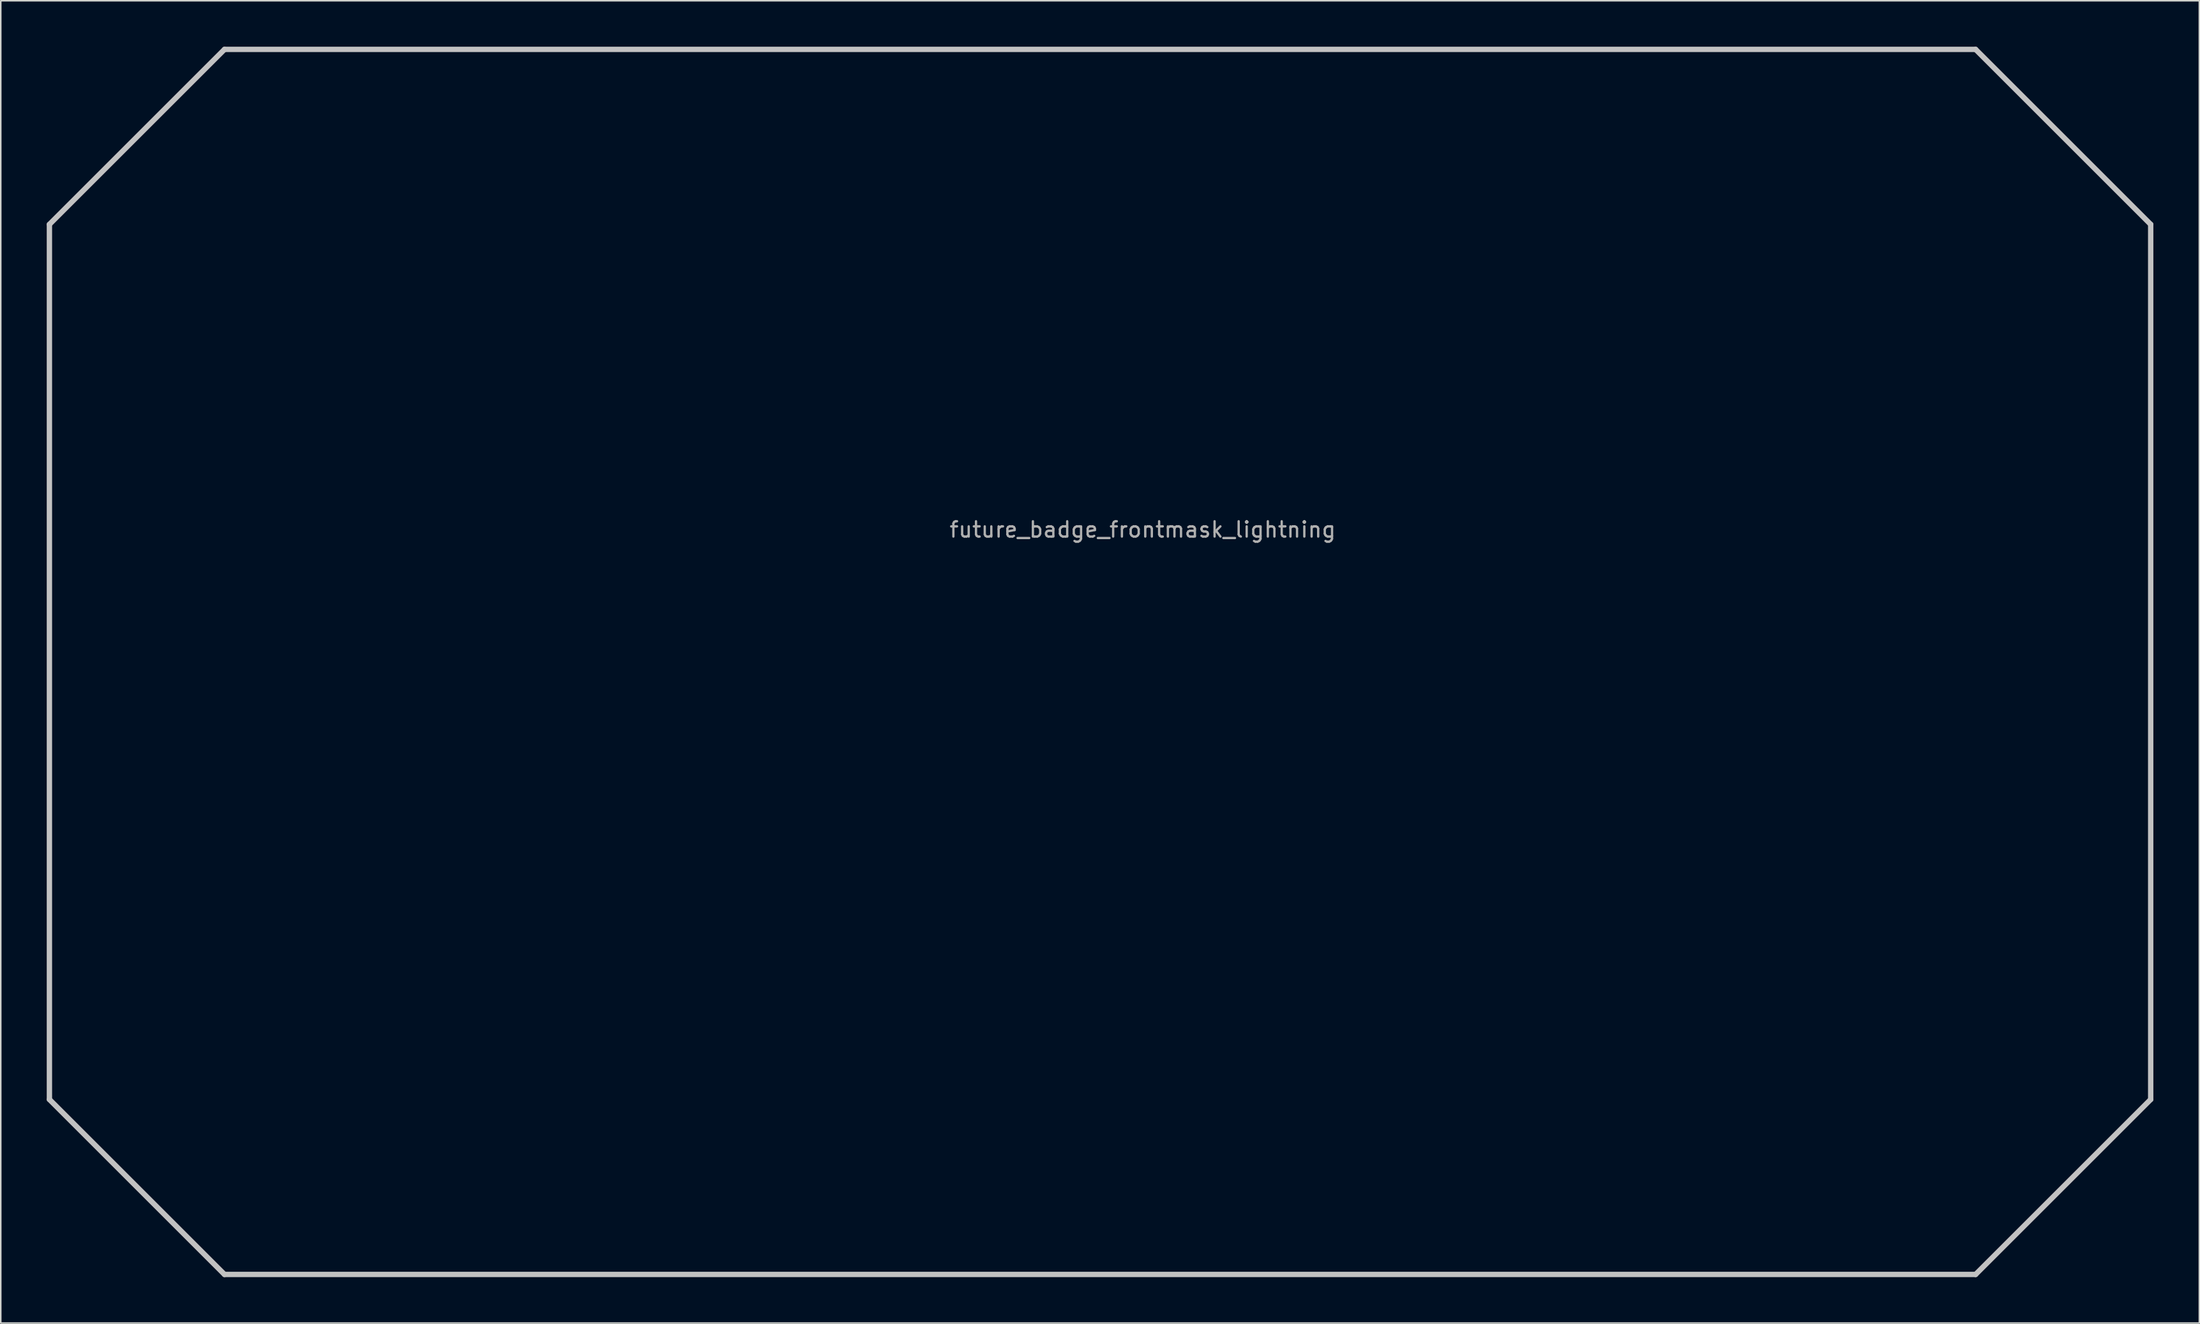
<source format=kicad_pcb>
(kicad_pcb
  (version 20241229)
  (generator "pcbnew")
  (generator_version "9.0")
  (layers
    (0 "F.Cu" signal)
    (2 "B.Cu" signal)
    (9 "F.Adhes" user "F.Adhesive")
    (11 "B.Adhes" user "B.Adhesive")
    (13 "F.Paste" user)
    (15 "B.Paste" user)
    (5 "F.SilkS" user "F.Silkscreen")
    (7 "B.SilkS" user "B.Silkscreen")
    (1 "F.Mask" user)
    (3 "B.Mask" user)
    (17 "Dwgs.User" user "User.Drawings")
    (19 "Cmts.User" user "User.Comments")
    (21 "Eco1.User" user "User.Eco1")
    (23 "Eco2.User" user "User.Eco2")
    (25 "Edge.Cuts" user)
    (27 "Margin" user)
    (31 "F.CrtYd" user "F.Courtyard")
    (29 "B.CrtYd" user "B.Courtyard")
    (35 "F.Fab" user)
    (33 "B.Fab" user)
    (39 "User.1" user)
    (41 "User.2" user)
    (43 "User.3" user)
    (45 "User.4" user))
  (footprint "future_badge_frontmask_lightning"
    (layer "F.Cu")
    (at 71.531 32.034)
    (property "Reference" "future_badge_frontmask_lightning" (at 0 -0.5 0) (unlocked yes) (layer "F.Fab") (effects (font (size 1 1) (thickness 0.15))))
    (fp_poly (pts (xy 41.8 15.18) (xy 41.62 15.52) (xy 42.34 16.17) (xy 41.44 16.52) (xy 41.42 16.71) (xy 42.34 17.24) (xy 41.94 17.31) (xy 41.34 17.65) (xy 41.67 18.46) (xy 40.75 18.26) (xy 40.91 17.82) (xy 41.02 17.37) (xy 41.09 16.8) (xy 41.19 16.41) (xy 41.3 16.23) (xy 41.31 15.78) (xy 41.2 15.15)) (stroke (width 0.1) (type solid)) (fill yes) (layer "F.Mask"))
    (fp_poly (pts (xy 41 26.52) (xy 41.19 26.55) (xy 42.85 27.52) (xy 42.94 28.03) (xy 43 28.05) (xy 43.68 28) (xy 43.84 28.67) (xy 43.79 28.88) (xy 43.52 28.24) (xy 43.03 28.36) (xy 42.73 28.19) (xy 42.37 27.4) (xy 40.51 26.95) (xy 39.79 27.57) (xy 39.24 27.14) (xy 38.6 27.63) (xy 37.4 26.97) (xy 38.89 26.4) (xy 39.66 27.05) (xy 40.77 26.1)) (stroke (width 0.1) (type solid)) (fill yes) (layer "F.Mask"))
    (fp_poly (pts (xy 32.47 5.16) (xy 32.5 5.54) (xy 32.89 6.45) (xy 32.37 7.28) (xy 32.7 8.63) (xy 32.53 8.98) (xy 32.44 8.52) (xy 32.35 7.65) (xy 32.28 7.55) (xy 32.19 7.64) (xy 31.64 8.4) (xy 31.28 8.7) (xy 31.26 8.68) (xy 31.21 8.27) (xy 31.21 7.61) (xy 31.95 7.25) (xy 31.94 6.38) (xy 32.33 6.41) (xy 32.3 5.95) (xy 32.14 5.04) (xy 32.3 4.96) (xy 32.37 4.87) (xy 32.33 4.34) (xy 32.41 4.24)) (stroke (width 0.1) (type solid)) (fill yes) (layer "F.Mask"))
    (fp_poly (pts (xy 37.27 20.78) (xy 36.85 21.22) (xy 36.17 21.83) (xy 36.17 21.97) (xy 36.47 21.98) (xy 37.26 21.87) (xy 36.87 22.17) (xy 36.44 22.42) (xy 36.48 22.55) (xy 36.95 22.75) (xy 37.69 22.85) (xy 37.12 23.02) (xy 36.62 23.05) (xy 36.18 23.14) (xy 36.19 23.3) (xy 36.33 23.53) (xy 37.17 24.17) (xy 35.78 24.72) (xy 35.86 24.13) (xy 35.9 23.84) (xy 35.96 23.13) (xy 36.04 22.21) (xy 36.07 21.77) (xy 36.11 21.03) (xy 36.72 20.74) (xy 37.48 20.44)) (stroke (width 0.1) (type solid)) (fill yes) (layer "F.Mask"))
    (fp_poly (pts (xy 37.47 30.06) (xy 38.21 30.41) (xy 38.94 30.5) (xy 39.27 31.39) (xy 38.91 31.91) (xy 40.81 34.08) (xy 41.18 33.7) (xy 41.9 34.38) (xy 42.91 34.53) (xy 43.23 35.18) (xy 44.25 35.12) (xy 45.83 35.66) (xy 45.88 35.82) (xy 44.36 35.26) (xy 43.08 35.36) (xy 42.81 34.68) (xy 41.87 34.51) (xy 41.76 34.67) (xy 41.16 34.08) (xy 40.83 34.4) (xy 39.24 32.57) (xy 39.15 32.56) (xy 39.14 32.62) (xy 39.92 35.83) (xy 40.26 35.88) (xy 40.12 37.26) (xy 40.53 37.41) (xy 40.14 38.72) (xy 40.17 37.43) (xy 39.86 37.25) (xy 39.9 36.05) (xy 39.47 35.71) (xy 39.37 33.94) (xy 39.02 33.51) (xy 38.97 32.64) (xy 38.55 32.08) (xy 39.05 31.29) (xy 37.53 30.21) (xy 36.84 29.69) (xy 37.01 29.54)) (stroke (width 0.1) (type solid)) (fill yes) (layer "F.Mask"))
    (fp_poly (pts (xy 25.56 -1.27) (xy 25.13 -0.35) (xy 25.35 0.06) (xy 24.49 1.08) (xy 24.73 1.55) (xy 24.16 1.95) (xy 25.03 3.04) (xy 24.78 3.48) (xy 25 3.95) (xy 24.08 5.03) (xy 24.33 5.27) (xy 25.92 4.78) (xy 26.1 5.11) (xy 27.32 4.61) (xy 27.48 4.09) (xy 28.21 3.86) (xy 28.31 2.66) (xy 28.84 2.05) (xy 28.87 2.6) (xy 28.48 3.28) (xy 28.5 4.2) (xy 27.78 4.48) (xy 27.61 5.31) (xy 27.02 5.2) (xy 25.63 5.87) (xy 24.2 5.86) (xy 23.44 6.81) (xy 23.27 6.35) (xy 23.02 6.63) (xy 22.7 5.8) (xy 23.03 5.15) (xy 22.39 4.01) (xy 22.03 3.95) (xy 22.09 3.34) (xy 21.72 2.42) (xy 22.08 1.99) (xy 21.93 0.36) (xy 22 0.26) (xy 22.15 1) (xy 22.17 1.68) (xy 22.42 1.9) (xy 22.19 2.99) (xy 22.57 3.02) (xy 22.54 3.69) (xy 23.24 3.98) (xy 23.14 4.83) (xy 23.6 4.89) (xy 24.28 4.24) (xy 24.15 2.98) (xy 23.55 2.45) (xy 23.51 1.73) (xy 24.3 0.95) (xy 24.32 0.37) (xy 24.73 0.48) (xy 24.78 0.44) (xy 24.96 -1.06) (xy 25.66 -1.87)) (stroke (width 0.1) (type solid)) (fill yes) (layer "F.Mask"))
    (fp_poly (pts (xy 30.87 30.76) (xy 30.64 32.85) (xy 31.01 33.16) (xy 30.19 33.94) (xy 29.82 34.79) (xy 30.14 35.21) (xy 29.56 36.18) (xy 29.24 36.89) (xy 28.24 37.14) (xy 26.84 36.57) (xy 26.06 37.24) (xy 26.29 38.6) (xy 26.13 39.14) (xy 25.33 39.39) (xy 26.08 38.87) (xy 25.92 37.72) (xy 25.65 37.36) (xy 25.9 36.76) (xy 26.71 36.12) (xy 28.12 36.85) (xy 29.16 36.6) (xy 29.65 35.45) (xy 29.31 34.95) (xy 29.6 34.24) (xy 28.27 32.17) (xy 27.1 32.67) (xy 25.95 32.34) (xy 25.7 33.36) (xy 24.67 33.77) (xy 24.59 36.64) (xy 24.07 36.86) (xy 24.02 37.39) (xy 22.1 37.37) (xy 21.01 37.1) (xy 20.45 37.28) (xy 20.06 35.64) (xy 19.97 35.62) (xy 18.21 37.05) (xy 16.42 36.7) (xy 17.75 36.72) (xy 17.95 36.4) (xy 18.5 36.49) (xy 19.84 35.19) (xy 20.07 35.44) (xy 20.44 35.36) (xy 20.72 36.68) (xy 22.06 37.06) (xy 23.71 36.93) (xy 23.71 36.55) (xy 24.21 36.46) (xy 24.3 33.21) (xy 25.46 33) (xy 25.7 31.9) (xy 27.19 32.17) (xy 28.35 31.77) (xy 29.44 33.18) (xy 29.49 33.15) (xy 29.82 32.26) (xy 30.25 32.5) (xy 30.29 32.49) (xy 30.64 31.05) (xy 30.28 30.71) (xy 30.29 29.69) (xy 30.95 29.34) (xy 31.22 29.25)) (stroke (width 0.1) (type solid)) (fill yes) (layer "F.Mask"))
    (fp_poly (pts (xy 54.94 11.51) (xy 55.73 13.25) (xy 53.74 13.23) (xy 53.34 14.89) (xy 54.55 15.36) (xy 56.91 15.16) (xy 56.87 15.26) (xy 55.51 15.57) (xy 54.1 15.39) (xy 53.4 15) (xy 52.95 15.41) (xy 52.33 14.82) (xy 51.8 15.16) (xy 51.38 14.96) (xy 49.12 16.41) (xy 47.65 15.94) (xy 46.7 16.29) (xy 46 17.26) (xy 44.88 17.48) (xy 43.99 19.85) (xy 40.52 20.45) (xy 38.54 22.31) (xy 38.36 22.35) (xy 37.58 22.3) (xy 38.74 21.09) (xy 38.43 20.76) (xy 38.36 20.77) (xy 38.06 21.03) (xy 37.77 21.21) (xy 37.65 21.21) (xy 37.97 20.84) (xy 38.14 20.4) (xy 39.24 20.18) (xy 40.49 19.37) (xy 42.5 19.71) (xy 43.78 19.06) (xy 43.78 18.04) (xy 44.11 17.3) (xy 45.72 16.88) (xy 45.91 15.34) (xy 46 13.91) (xy 46.07 13.92) (xy 46.09 14.42) (xy 46.33 14.73) (xy 46.2 15.85) (xy 46.27 15.91) (xy 47.89 15.24) (xy 48.4 16) (xy 49 16.24) (xy 49.48 15.47) (xy 49.5 14.48) (xy 49.2 13.17) (xy 49.26 13.15) (xy 49.43 13.36) (xy 49.75 14.52) (xy 49.87 15.41) (xy 50.01 15.37) (xy 51.16 14.56) (xy 52.08 14.45) (xy 53.04 14.98) (xy 53.1 14.95) (xy 53.34 13.11) (xy 55.2 13.12) (xy 54.65 11.71) (xy 54.85 11.06) (xy 55.47 10.78) (xy 56.29 10.11) (xy 56.34 10.1)) (stroke (width 0.1) (type solid)) (fill yes) (layer "F.Mask"))
    (fp_poly (pts (xy 38.73 28.62) (xy 38.7 28.67) (xy 38.35 28.7) (xy 38.01 28.97) (xy 37.12 28.93) (xy 35.96 29.73) (xy 35.73 29.23) (xy 35.33 29.54) (xy 34.88 29.14) (xy 34.78 29.18) (xy 34.56 30.22) (xy 34.17 30.32) (xy 34.07 31.17) (xy 34.19 31.29) (xy 34.75 31.26) (xy 35.17 31.67) (xy 35.25 31.67) (xy 36.4 30.83) (xy 37.34 31.54) (xy 37.23 31.56) (xy 36.82 31.48) (xy 36.37 31.18) (xy 36.3 31.19) (xy 35.9 31.7) (xy 34.95 31.94) (xy 35.16 32.67) (xy 36.57 33.78) (xy 37.65 33.46) (xy 36.62 34.04) (xy 36.69 34.52) (xy 35.8 35.96) (xy 35.73 36) (xy 35.15 35.4) (xy 34.18 35.5) (xy 33.32 34.4) (xy 32.56 34.72) (xy 32.61 35.61) (xy 32.2 36.78) (xy 31.63 37.07) (xy 32.29 36.03) (xy 31.84 35.77) (xy 32.3 35.14) (xy 31.95 34.86) (xy 32.85 34.08) (xy 32.96 33.46) (xy 33.57 33.87) (xy 33.89 34.59) (xy 34.47 35.18) (xy 34.52 35.18) (xy 34.96 34.9) (xy 35.35 35.28) (xy 35.75 35.67) (xy 35.79 35.65) (xy 36.38 34.79) (xy 35.98 34.48) (xy 36.26 34.06) (xy 35.02 32.85) (xy 34.41 32.75) (xy 34.18 32.41) (xy 34.56 32.05) (xy 34.07 31.42) (xy 33.63 31.31) (xy 33.5 31.01) (xy 33.95 30.76) (xy 34.21 29.82) (xy 33.87 28.97) (xy 33.9 28.78) (xy 34.05 28.79) (xy 35.34 28.65) (xy 35.8 28.53) (xy 36.27 29.28) (xy 36.39 29.24) (xy 36.99 28.59) (xy 37.24 28.68) (xy 37.83 28.43)) (stroke (width 0.1) (type solid)) (fill yes) (layer "F.Mask"))
    (fp_poly (pts (xy 53.72 18.5) (xy 51.64 19.17) (xy 48.71 19.26) (xy 48.89 20.69) (xy 49.11 21.06) (xy 48.33 21.55) (xy 46.95 21.1) (xy 46.87 21.16) (xy 46.62 22.94) (xy 48.77 23.24) (xy 50.13 22.22) (xy 51 22.36) (xy 51.3 21.54) (xy 51.77 21.65) (xy 52.81 20.55) (xy 52.92 20.53) (xy 52.12 21.5) (xy 52.07 21.97) (xy 51 22.64) (xy 49.72 22.85) (xy 48.77 23.72) (xy 47.3 23.33) (xy 45.22 23.68) (xy 44.84 22.93) (xy 43.68 22.49) (xy 42.91 23.29) (xy 41.2 23.76) (xy 40.74 23.38) (xy 38.38 25.02) (xy 38.37 25.11) (xy 38.69 25.91) (xy 36.4 26.82) (xy 36.06 26.75) (xy 34.93 26.71) (xy 35.11 26.43) (xy 35.32 26.03) (xy 35.45 25.66) (xy 35.52 25.33) (xy 35.97 25.28) (xy 36.61 25.09) (xy 37.05 24.91) (xy 37.48 24.68) (xy 38.05 24.44) (xy 38.41 24.24) (xy 38.55 24.09) (xy 38.81 23.89) (xy 39.55 23.82) (xy 39.77 23.03) (xy 40.49 22.94) (xy 41.14 22.39) (xy 41.79 22.28) (xy 41.83 23.17) (xy 41.96 23.15) (xy 43.01 22.6) (xy 43.33 22.01) (xy 43.82 22.09) (xy 43.97 21.3) (xy 44.64 20.9) (xy 45.52 20.02) (xy 45.68 19.27) (xy 46.22 19.23) (xy 46.84 18.58) (xy 46.95 18.53) (xy 46.84 18.99) (xy 46.44 19.39) (xy 45.8 19.54) (xy 45.34 20.68) (xy 44.53 21.23) (xy 44.23 22.05) (xy 44.81 22.32) (xy 45.18 22.83) (xy 45.97 23.07) (xy 46.02 23.04) (xy 46.34 21.71) (xy 46.7 20.99) (xy 47.38 20.85) (xy 48.42 21.16) (xy 48.42 19.13) (xy 51.41 18.72) (xy 53.78 18.38)) (stroke (width 0.1) (type solid)) (fill yes) (layer "F.Mask"))
    (fp_poly (pts (xy 27.81 27) (xy 28.06 27.51) (xy 28.41 27.97) (xy 28.57 27.95) (xy 28.82 27.43) (xy 29.08 28.26) (xy 29.41 28.2) (xy 29.69 28.12) (xy 30.4 27.81) (xy 30.67 27.75) (xy 30.7 27.9) (xy 30.77 28.08) (xy 30.9 28.2) (xy 31.08 28.24) (xy 31.19 28.18) (xy 31.33 28) (xy 31.69 27.65) (xy 32.17 28.15) (xy 32.31 28.12) (xy 32.45 27.84) (xy 32.63 27.58) (xy 32.81 27.4) (xy 33.05 27.76) (xy 33.23 27.69) (xy 33.37 27.32) (xy 33.52 27.08) (xy 33.68 27.22) (xy 33.99 27.21) (xy 34.99 27.22) (xy 34.3 27.41) (xy 33.98 27.45) (xy 33.62 27.52) (xy 33.51 27.58) (xy 33.52 27.7) (xy 33.95 27.94) (xy 34.31 28.05) (xy 34.68 28.11) (xy 34.76 28.19) (xy 34.72 28.23) (xy 33.67 28.26) (xy 33.47 28.28) (xy 33.43 28.44) (xy 33.41 28.71) (xy 33.4 29.06) (xy 33.3 29.06) (xy 32.92 28.59) (xy 32.76 28.5) (xy 32.59 28.49) (xy 32.45 28.53) (xy 32.21 28.76) (xy 31.87 29.26) (xy 31.7 29.43) (xy 31.94 28.57) (xy 31.89 28.46) (xy 31.78 28.44) (xy 31.61 28.46) (xy 31.12 28.66) (xy 30.5 28.99) (xy 29.74 29.46) (xy 29.31 29.77) (xy 29.41 28.81) (xy 29.37 28.74) (xy 29.26 28.73) (xy 29.01 28.87) (xy 28.63 29.27) (xy 28.29 29.56) (xy 27.94 29.8) (xy 28.08 29.39) (xy 28.11 29.02) (xy 28.05 28.91) (xy 27.94 28.88) (xy 27.72 29) (xy 27.34 29.31) (xy 27.05 29.59) (xy 26.75 29.82) (xy 26.77 29.64) (xy 26.7 29.58) (xy 25.33 29.74) (xy 24.86 29.82) (xy 25.08 29.61) (xy 25.46 29.33) (xy 25.51 29.22) (xy 24.99 28.87) (xy 24.27 28.57) (xy 25.17 28.42) (xy 26.06 28.36) (xy 26.06 28.24) (xy 25.33 27.91) (xy 24.64 27.58) (xy 25.38 27.54) (xy 26.43 27.65) (xy 26.71 27.76) (xy 26.97 27.59) (xy 26.92 27.32) (xy 27.31 27.58) (xy 27.5 27.67) (xy 27.59 27.62) (xy 27.63 27.03) (xy 27.67 26.76) (xy 27.75 26.75)) (stroke (width 0.1) (type solid)) (fill yes) (layer "F.Mask"))
    (fp_poly (pts (xy 22.94 7.69) (xy 23 7.67) (xy 23.18 7.22) (xy 23.78 8.69) (xy 24.02 8.7) (xy 24.14 8.65) (xy 24.29 8.37) (xy 24.52 7.63) (xy 25.38 8.68) (xy 25.48 8.7) (xy 25.57 8.56) (xy 25.95 7.7) (xy 26.36 8.44) (xy 26.42 8.45) (xy 26.55 8.35) (xy 27.2 7.17) (xy 27.67 8.72) (xy 27.77 8.76) (xy 27.85 8.74) (xy 28.36 7.94) (xy 28.66 8.41) (xy 28.72 8.46) (xy 28.83 8.46) (xy 29.49 7.87) (xy 29.89 9.08) (xy 29.95 9.14) (xy 30.1 9.12) (xy 30.78 8.78) (xy 30.85 9.48) (xy 30.93 9.54) (xy 31.07 9.52) (xy 31.55 9.17) (xy 31.99 8.71) (xy 32.19 9.54) (xy 32.29 9.64) (xy 32.59 9.62) (xy 32.74 9.46) (xy 33.06 8.99) (xy 33.4 9.55) (xy 33.54 9.64) (xy 33.62 9.63) (xy 34.16 8.98) (xy 34.65 9.72) (xy 34.71 9.74) (xy 35.58 9.24) (xy 35.57 9.69) (xy 35.61 9.93) (xy 35.74 9.96) (xy 36.68 9.56) (xy 36.68 10.12) (xy 36.76 10.22) (xy 37.22 10.29) (xy 37.44 10.27) (xy 37.64 11.14) (xy 37.76 11.15) (xy 38.11 11.09) (xy 38.27 11.04) (xy 38.06 11.36) (xy 38.08 11.48) (xy 38.14 11.51) (xy 38.63 11.46) (xy 39.44 11.33) (xy 38.93 11.8) (xy 38.93 11.87) (xy 39.08 11.91) (xy 39.57 11.9) (xy 39.59 12.29) (xy 39.68 12.38) (xy 40.2 12.38) (xy 39.64 12.95) (xy 39.7 13.05) (xy 40.46 13.17) (xy 39.5 13.76) (xy 39.58 13.9) (xy 39.99 13.89) (xy 39.75 14.05) (xy 39.85 14.16) (xy 40.19 14.26) (xy 40.64 14.3) (xy 41.2 14.24) (xy 40.83 14.64) (xy 40.82 14.65) (xy 40.79 14.66) (xy 40.77 14.66) (xy 40.574 14.559) (xy 40.28 14.44) (xy 40 14.37) (xy 39.68 14.28) (xy 39.41 14.14) (xy 39.15 13.92) (xy 38.98 13.64) (xy 38.95 13.41) (xy 38.91 13.09) (xy 38.84 12.62) (xy 38.83 12.3) (xy 38.77 12.07) (xy 38.61 11.91) (xy 38.46 11.82) (xy 38.19 11.63) (xy 37.85 11.39) (xy 37.1 11.01) (xy 36.11 10.64) (xy 34.88 10.36) (xy 32.14 9.95) (xy 31.25 9.81) (xy 30.04 9.63) (xy 28.88 9.44) (xy 28.04 9.32) (xy 27.39 9.24) (xy 26.61 9.21) (xy 25.86 9.22) (xy 25.08 9.24) (xy 24.13 9.2) (xy 23.7 9.14) (xy 22.86 9) (xy 22.86 8.7) (xy 22.79 8.14) (xy 22.73 7.73) (xy 22.67 7.49) (xy 22.56 7.25) (xy 22.42 7.15) (xy 22.28 7.11) (xy 21.73 7.11) (xy 21.53 7.13) (xy 21.48 7.07) (xy 22.21 5.94)) (stroke (width 0.1) (type solid)) (fill yes) (layer "F.Mask"))
    (fp_poly (pts (xy 39.53 4.64) (xy 40.17 4.49) (xy 40.24 4.54) (xy 40.36 4.77) (xy 40.56 5.3) (xy 40.72 5.83) (xy 41.08 6.17) (xy 41.15 6.56) (xy 40.94 6.79) (xy 40.94 6.82) (xy 41.3 7.39) (xy 41.66 7.3) (xy 42.04 7.54) (xy 42.28 7.6) (xy 42.52 6.8) (xy 43 6.6) (xy 42.96 6.23) (xy 43.12 6.21) (xy 45.04 5.59) (xy 45.57 5.19) (xy 45.87 5.15) (xy 45.6 5.35) (xy 45.48 5.73) (xy 45.02 5.68) (xy 44.71 5.77) (xy 44.28 6.09) (xy 43.41 6.31) (xy 43 6.91) (xy 43.26 8.26) (xy 43.18 9.43) (xy 43.59 10.39) (xy 43.57 11.22) (xy 44.09 11.05) (xy 43.8 12.06) (xy 43.83 12.1) (xy 45.24 11.12) (xy 46.13 11.53) (xy 46.17 11.5) (xy 46.24 10.54) (xy 47.68 10.7) (xy 49.01 9.77) (xy 49.17 8.87) (xy 50.15 8.47) (xy 50.78 7.6) (xy 51.44 7.52) (xy 51.39 7.65) (xy 50.88 7.77) (xy 50.81 7.82) (xy 50.32 8.65) (xy 49.47 9.11) (xy 49.26 9.97) (xy 49.84 10.67) (xy 49.87 11.31) (xy 49.91 11.34) (xy 50.83 11.04) (xy 51.18 11.37) (xy 52.09 10.94) (xy 52.88 11.26) (xy 53.55 11.26) (xy 53.6 11.3) (xy 52.81 11.49) (xy 52.09 11.1) (xy 51.06 11.58) (xy 50.71 11.27) (xy 49.89 11.56) (xy 49.08 9.97) (xy 48.58 10.34) (xy 48.13 11.02) (xy 47.32 10.85) (xy 46.55 10.97) (xy 46.72 11.81) (xy 45.46 11.93) (xy 45.14 12.42) (xy 44.7 12.1) (xy 43.97 12.71) (xy 43.82 13.36) (xy 42.36 13.91) (xy 41.59 14.66) (xy 41.43 14.64) (xy 42.18 13.78) (xy 42.15 13.7) (xy 41.44 13.81) (xy 41.42 13.74) (xy 41.84 13.58) (xy 41.79 13.5) (xy 40.92 13.48) (xy 40.98 13.39) (xy 41.27 13.25) (xy 42.31 13.09) (xy 43.16 12.49) (xy 42.75 12.02) (xy 43.46 11.56) (xy 42.71 11.06) (xy 43.09 10.42) (xy 42.54 9.84) (xy 42.95 8.63) (xy 42.98 8.39) (xy 42.91 8.28) (xy 42.19 8.13) (xy 40.82 8.85) (xy 39.58 9.02) (xy 39.85 9.7) (xy 39.4 9.94) (xy 39.19 10.93) (xy 38.89 10.97) (xy 39.23 10.3) (xy 39.21 10.21) (xy 37.97 10.67) (xy 37.9 10.52) (xy 37.87 10.26) (xy 38.22 10.02) (xy 38.25 9.91) (xy 38.55 10.17) (xy 38.62 10.12) (xy 38.99 9.19) (xy 39.01 8.51) (xy 40.72 8.39) (xy 41.43 7.89) (xy 40.48 7.06) (xy 40.76 6.55) (xy 40.24 4.89) (xy 40.15 4.74) (xy 39.39 4.8) (xy 38.88 4.54) (xy 38.78 4.55) (xy 37.43 5.06) (xy 37.11 5.01) (xy 37.44 4.86) (xy 37.67 4.65) (xy 38.17 4.61) (xy 38.7 4.38)) (stroke (width 0.1) (type solid)) (fill yes) (layer "F.Mask"))
    (fp_line (start -71.356 -20.431) (end -71.356 36.712) (stroke (width 0.35) (type solid)) (layer "Dwgs.User"))
    (fp_line (start -71.356 36.712) (end -59.928 48.141) (stroke (width 0.35) (type solid)) (layer "Dwgs.User"))
    (fp_line (start -59.928 -31.859) (end -71.356 -20.431) (stroke (width 0.35) (type solid)) (layer "Dwgs.User"))
    (fp_line (start -59.928 48.141) (end 54.358 48.141) (stroke (width 0.35) (type solid)) (layer "Dwgs.User"))
    (fp_line (start 54.358 -31.859) (end -59.928 -31.859) (stroke (width 0.35) (type solid)) (layer "Dwgs.User"))
    (fp_line (start 54.358 48.141) (end 65.787 36.712) (stroke (width 0.35) (type solid)) (layer "Dwgs.User"))
    (fp_line (start 65.787 -20.431) (end 54.358 -31.859) (stroke (width 0.35) (type solid)) (layer "Dwgs.User"))
    (fp_line (start 65.787 36.712) (end 65.787 -20.431) (stroke (width 0.35) (type solid)) (layer "Dwgs.User")))
  (gr_rect
    (start -3 -3)
    (end 140.493 83.35)
    (stroke (width 0.1) (type default))
    (fill no)
    (layer "Edge.Cuts")))
</source>
